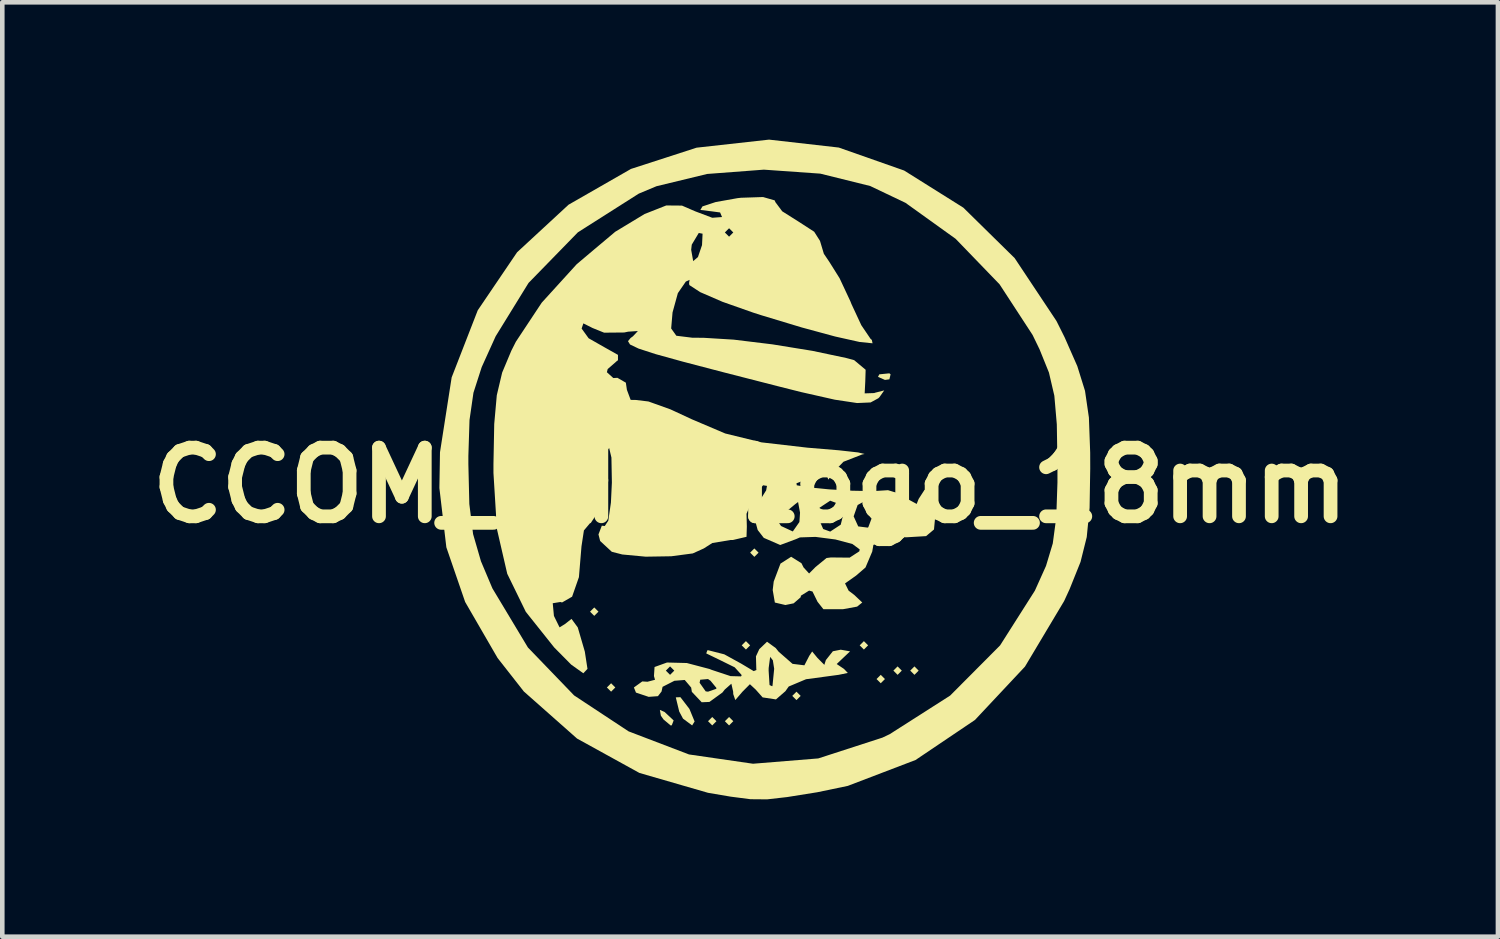
<source format=kicad_pcb>
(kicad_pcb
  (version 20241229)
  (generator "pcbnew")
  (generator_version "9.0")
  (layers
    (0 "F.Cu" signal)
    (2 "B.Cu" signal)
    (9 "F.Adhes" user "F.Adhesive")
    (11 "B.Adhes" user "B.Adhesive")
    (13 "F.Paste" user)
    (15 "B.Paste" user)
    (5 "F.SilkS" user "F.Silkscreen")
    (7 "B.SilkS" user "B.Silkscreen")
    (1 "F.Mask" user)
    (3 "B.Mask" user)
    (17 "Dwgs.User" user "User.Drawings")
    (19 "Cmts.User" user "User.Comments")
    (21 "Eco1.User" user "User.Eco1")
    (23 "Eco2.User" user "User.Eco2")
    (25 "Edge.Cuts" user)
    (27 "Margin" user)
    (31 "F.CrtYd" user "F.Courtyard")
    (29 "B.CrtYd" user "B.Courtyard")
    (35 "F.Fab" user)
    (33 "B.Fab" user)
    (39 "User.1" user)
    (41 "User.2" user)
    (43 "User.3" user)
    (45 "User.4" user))
  (footprint "CCOM_JHC_Logo_18mm"
    (layer "F.Cu")
    (at 13.336 7.55)
    (property "Reference" "CCOM_JHC_Logo_18mm" (at 0 0 0) (layer "F.SilkS") (effects (font (size 1.5 1.5) (thickness 0.3))))
    (attr board_only exclude_from_pos_files exclude_from_bom)
    (fp_poly (pts (xy -3.313 2.761) (xy -3.405 2.853) (xy -3.497 2.761) (xy -3.405 2.669)) (stroke (width 0) (type solid)) (fill yes) (layer "F.SilkS"))
    (fp_poly (pts (xy -2.945 4.417) (xy -3.037 4.509) (xy -3.129 4.417) (xy -3.037 4.325)) (stroke (width 0) (type solid)) (fill yes) (layer "F.SilkS"))
    (fp_poly (pts (xy -0.736 5.154) (xy -0.828 5.246) (xy -0.92 5.154) (xy -0.828 5.062)) (stroke (width 0) (type solid)) (fill yes) (layer "F.SilkS"))
    (fp_poly (pts (xy -0.368 5.154) (xy -0.46 5.246) (xy -0.552 5.154) (xy -0.46 5.062)) (stroke (width 0) (type solid)) (fill yes) (layer "F.SilkS"))
    (fp_poly (pts (xy -0.000001 3.497) (xy -0.092 3.589) (xy -0.184 3.497) (xy -0.092 3.405)) (stroke (width 0) (type solid)) (fill yes) (layer "F.SilkS"))
    (fp_poly (pts (xy 0.184 1.472) (xy 0.092 1.564) (xy -0.000001 1.472) (xy 0.092 1.38)) (stroke (width 0) (type solid)) (fill yes) (layer "F.SilkS"))
    (fp_poly (pts (xy 1.104 4.601) (xy 1.012 4.693) (xy 0.92 4.601) (xy 1.012 4.509)) (stroke (width 0) (type solid)) (fill yes) (layer "F.SilkS"))
    (fp_poly (pts (xy 2.577 3.497) (xy 2.485 3.589) (xy 2.393 3.497) (xy 2.485 3.405)) (stroke (width 0) (type solid)) (fill yes) (layer "F.SilkS"))
    (fp_poly (pts (xy 2.945 4.233) (xy 2.853 4.325) (xy 2.761 4.233) (xy 2.853 4.141)) (stroke (width 0) (type solid)) (fill yes) (layer "F.SilkS"))
    (fp_poly (pts (xy 3.313 4.049) (xy 3.221 4.141) (xy 3.129 4.049) (xy 3.221 3.957)) (stroke (width 0) (type solid)) (fill yes) (layer "F.SilkS"))
    (fp_poly (pts (xy 3.681 4.049) (xy 3.589 4.141) (xy 3.497 4.049) (xy 3.589 3.957)) (stroke (width 0) (type solid)) (fill yes) (layer "F.SilkS"))
    (fp_poly (pts (xy 3.068 -2.423) (xy 3.042 -2.314) (xy 2.945 -2.301) (xy 2.793 -2.368) (xy 2.822 -2.423) (xy 3.041 -2.445)) (stroke (width 0) (type solid)) (fill yes) (layer "F.SilkS"))
    (fp_poly (pts (xy -1.869 4.952) (xy -1.671 5.137) (xy -1.712 5.244) (xy -1.738 5.246) (xy -1.893 5.115) (xy -1.95 5.033) (xy -1.972 4.907)) (stroke (width 0) (type solid)) (fill yes) (layer "F.SilkS"))
    (fp_poly (pts (xy -1.326 4.886) (xy -1.213 5.16) (xy -1.267 5.246) (xy -1.466 5.098) (xy -1.549 4.943) (xy -1.624 4.633) (xy -1.523 4.629)) (stroke (width 0) (type solid)) (fill yes) (layer "F.SilkS"))
    (fp_poly (pts (xy 1.936 -7.377) (xy 3.364 -6.875) (xy 4.657 -6.064) (xy 5.778 -4.962) (xy 6.691 -3.589) (xy 6.869 -3.233) (xy 7.147 -2.601) (xy 7.315 -2.062) (xy 7.4 -1.479) (xy 7.428 -0.714) (xy 7.429 -0.368) (xy 7.415 0.496) (xy 7.353 1.131) (xy 7.217 1.675) (xy 6.979 2.268) (xy 6.859 2.529) (xy 6.003 3.962) (xy 4.912 5.126) (xy 3.614 6.001) (xy 2.133 6.567) (xy 1.466 6.706) (xy 0.809 6.811) (xy 0.371 6.861) (xy 0.007 6.858) (xy -0.425 6.802) (xy -0.92 6.718) (xy -2.419 6.284) (xy -3.781 5.533) (xy -4.943 4.505) (xy -5.517 3.773) (xy -6.225 2.55) (xy -6.636 1.355) (xy -6.788 0.06) (xy -6.779 -0.46) (xy -6.155 -0.46) (xy -6.134 0.41) (xy -6.052 1.066) (xy -5.88 1.66) (xy -5.63 2.252) (xy -4.854 3.544) (xy -3.845 4.591) (xy -2.655 5.376) (xy -1.336 5.88) (xy 0.063 6.083) (xy 1.488 5.967) (xy 2.889 5.513) (xy 3.049 5.437) (xy 4.368 4.595) (xy 5.46 3.498) (xy 6.22 2.302) (xy 6.463 1.762) (xy 6.611 1.27) (xy 6.687 0.703) (xy 6.713 -0.059) (xy 6.713 -0.46) (xy 6.699 -1.33) (xy 6.645 -1.956) (xy 6.527 -2.462) (xy 6.322 -2.969) (xy 6.17 -3.283) (xy 5.448 -4.39) (xy 4.489 -5.383) (xy 3.394 -6.169) (xy 2.622 -6.537) (xy 1.533 -6.807) (xy 0.3 -6.894) (xy -0.939 -6.8) (xy -2.046 -6.532) (xy -2.433 -6.37) (xy -3.763 -5.525) (xy -4.841 -4.419) (xy -5.559 -3.254) (xy -5.864 -2.58) (xy -6.044 -2.021) (xy -6.13 -1.425) (xy -6.155 -0.641) (xy -6.155 -0.46) (xy -6.779 -0.46) (xy -6.775 -0.72) (xy -6.52 -2.356) (xy -5.95 -3.822) (xy -5.091 -5.089) (xy -3.967 -6.128) (xy -2.603 -6.91) (xy -1.17 -7.374) (xy 0.413 -7.55)) (stroke (width 0) (type solid)) (fill yes) (layer "F.SilkS"))
    (fp_poly (pts (xy 0.56 3.557) (xy 0.622 3.635) (xy 0.926 3.901) (xy 1.185 3.933) (xy 1.291 3.727) (xy 1.355 3.631) (xy 1.472 3.773) (xy 1.621 3.923) (xy 1.654 3.819) (xy 1.807 3.626) (xy 1.979 3.592) (xy 2.183 3.628) (xy 2.05 3.754) (xy 1.891 3.905) (xy 2.05 4.012) (xy 2.134 4.1) (xy 1.933 4.141) (xy 1.221 4.237) (xy 0.843 4.396) (xy 0.77 4.499) (xy 0.564 4.678) (xy 0.273 4.634) (xy 0.121 4.463) (xy -0.005 4.346) (xy -0.167 4.509) (xy -0.324 4.692) (xy -0.369 4.562) (xy -0.371 4.509) (xy -0.41 4.335) (xy -0.556 4.464) (xy -0.604 4.526) (xy -0.889 4.733) (xy -1.058 4.74) (xy -1.273 4.513) (xy -1.288 4.419) (xy -1.377 4.314) (xy -1.104 4.314) (xy -0.971 4.502) (xy -0.92 4.509) (xy -0.741 4.447) (xy -0.736 4.428) (xy -0.865 4.271) (xy -0.92 4.233) (xy -1.09 4.248) (xy -1.104 4.314) (xy -1.377 4.314) (xy -1.429 4.253) (xy -1.654 4.271) (xy -1.913 4.403) (xy -1.935 4.505) (xy -2.014 4.607) (xy -2.216 4.622) (xy -2.494 4.529) (xy -2.539 4.417) (xy -2.356 4.285) (xy -2.242 4.292) (xy -2.078 4.249) (xy -2.101 4.167) (xy -2.093 4.049) (xy -1.841 4.049) (xy -1.749 4.141) (xy -1.657 4.049) (xy -1.749 3.957) (xy -1.841 4.049) (xy -2.093 4.049) (xy -2.088 3.97) (xy -1.816 3.872) (xy -1.383 3.883) (xy -0.886 4.014) (xy -0.842 4.032) (xy -0.428 4.169) (xy -0.199 4.175) (xy -0.184 4.147) (xy -0.337 3.977) (xy -0.69 3.803) (xy -0.959 3.673) (xy -0.934 3.605) (xy -0.915 3.604) (xy -0.565 3.693) (xy -0.194 3.897) (xy 0.078 4.06) (xy 0.104 4.049) (xy 0.404 4.049) (xy 0.424 4.364) (xy 0.482 4.391) (xy 0.489 4.375) (xy 0.525 4.009) (xy 0.496 3.823) (xy 0.437 3.748) (xy 0.405 3.992) (xy 0.404 4.049) (xy 0.104 4.049) (xy 0.14 4.035) (xy 0.135 4.026) (xy 0.127 3.737) (xy 0.2 3.58) (xy 0.369 3.418)) (stroke (width 0) (type solid)) (fill yes) (layer "F.SilkS"))
    (fp_poly (pts (xy 0.536 -6.223) (xy 0.552 -6.184) (xy 0.701 -5.984) (xy 1.053 -5.762) (xy 1.399 -5.538) (xy 1.526 -5.338) (xy 1.61 -5.057) (xy 1.731 -4.878) (xy 1.954 -4.522) (xy 2.189 -4.02) (xy 2.214 -3.957) (xy 2.428 -3.497) (xy 2.63 -3.199) (xy 2.658 -3.175) (xy 2.674 -3.101) (xy 2.39 -3.13) (xy 1.858 -3.249) (xy 1.128 -3.447) (xy 0.251 -3.712) (xy 0.064 -3.772) (xy -0.603 -4.007) (xy -1.09 -4.218) (xy -1.328 -4.373) (xy -1.334 -4.417) (xy -1.323 -4.487) (xy -1.405 -4.449) (xy -1.579 -4.196) (xy -1.695 -3.775) (xy -1.725 -3.425) (xy -1.612 -3.266) (xy -1.265 -3.223) (xy -1.014 -3.221) (xy -0.36 -3.181) (xy 0.486 -3.078) (xy 1.361 -2.936) (xy 2.099 -2.78) (xy 2.272 -2.733) (xy 2.523 -2.523) (xy 2.515 -2.268) (xy 2.502 -2.007) (xy 2.711 -2.014) (xy 2.728 -2.021) (xy 2.929 -2.072) (xy 2.825 -1.925) (xy 2.801 -1.901) (xy 2.632 -1.809) (xy 2.336 -1.796) (xy 1.851 -1.869) (xy 1.112 -2.036) (xy 0.592 -2.167) (xy -0.594 -2.471) (xy -1.466 -2.699) (xy -2.066 -2.865) (xy -2.438 -2.986) (xy -2.624 -3.075) (xy -2.668 -3.147) (xy -2.611 -3.217) (xy -2.56 -3.254) (xy -2.452 -3.369) (xy -2.665 -3.355) (xy -2.751 -3.337) (xy -3.19 -3.333) (xy -3.442 -3.435) (xy -3.643 -3.536) (xy -3.681 -3.423) (xy -3.528 -3.211) (xy -3.175 -3.01) (xy -2.887 -2.848) (xy -2.887 -2.728) (xy -2.899 -2.724) (xy -3.112 -2.538) (xy -3.129 -2.469) (xy -2.989 -2.342) (xy -2.899 -2.347) (xy -2.715 -2.241) (xy -2.692 -2.085) (xy -2.61 -1.865) (xy -2.493 -1.863) (xy -2.221 -1.83) (xy -1.741 -1.658) (xy -1.273 -1.441) (xy -0.544 -1.131) (xy 0.248 -0.937) (xy 1.252 -0.821) (xy 1.288 -0.818) (xy 1.936 -0.764) (xy 2.358 -0.717) (xy 2.499 -0.683) (xy 2.448 -0.673) (xy 2.038 -0.513) (xy 1.855 -0.322) (xy 1.708 -0.123) (xy 1.66 -0.251) (xy 1.659 -0.276) (xy 1.603 -0.433) (xy 1.516 -0.343) (xy 1.237 -0.128) (xy 1.012 -0.043) (xy 1.019 0.001) (xy 1.292 0.048) (xy 1.729 0.09) (xy 2.228 0.119) (xy 2.687 0.128) (xy 3.004 0.108) (xy 3.01 0.107) (xy 3.271 0.187) (xy 3.424 0.292) (xy 3.638 0.408) (xy 3.681 0.299) (xy 3.808 0.102) (xy 3.865 0.092) (xy 3.997 0.251) (xy 4.049 0.62) (xy 4.016 0.966) (xy 3.843 1.111) (xy 3.424 1.136) (xy 3.359 1.135) (xy 2.889 1.165) (xy 2.692 1.305) (xy 2.667 1.449) (xy 2.52 1.796) (xy 2.315 1.973) (xy 2.073 2.144) (xy 2.151 2.302) (xy 2.276 2.397) (xy 2.449 2.561) (xy 2.337 2.651) (xy 2.03 2.707) (xy 1.6 2.707) (xy 1.472 2.545) (xy 1.362 2.321) (xy 1.288 2.301) (xy 1.109 2.412) (xy 1.104 2.446) (xy 0.951 2.579) (xy 0.77 2.616) (xy 0.54 2.562) (xy 0.493 2.289) (xy 0.515 2.103) (xy 0.663 1.711) (xy 0.896 1.562) (xy 1.121 1.703) (xy 1.167 1.795) (xy 1.288 1.927) (xy 1.429 1.785) (xy 1.669 1.589) (xy 1.765 1.577) (xy 2.173 1.581) (xy 2.385 1.443) (xy 2.393 1.401) (xy 2.234 1.283) (xy 1.862 1.184) (xy 1.428 1.128) (xy 1.088 1.139) (xy 1.001 1.177) (xy 0.657 1.305) (xy 0.298 1.149) (xy 0.165 0.977) (xy 0.061 0.598) (xy 0.086 0.552) (xy 0.572 0.552) (xy 0.578 0.744) (xy 0.675 0.89) (xy 0.932 1.009) (xy 1.076 0.803) (xy 1.085 0.675) (xy 1.472 0.675) (xy 1.596 0.956) (xy 1.749 1.012) (xy 1.979 0.861) (xy 2.024 0.679) (xy 2.261 0.679) (xy 2.361 0.899) (xy 2.568 0.925) (xy 2.581 0.917) (xy 2.668 0.685) (xy 2.636 0.534) (xy 2.47 0.364) (xy 2.348 0.432) (xy 2.261 0.679) (xy 2.024 0.679) (xy 2.025 0.675) (xy 1.901 0.394) (xy 1.749 0.337) (xy 1.518 0.489) (xy 1.472 0.675) (xy 1.085 0.675) (xy 1.09 0.598) (xy 1.047 0.366) (xy 0.982 0.415) (xy 0.801 0.565) (xy 0.721 0.542) (xy 0.572 0.552) (xy 0.086 0.552) (xy 0.167 0.404) (xy 0.35 0.111) (xy 0.368 0.014) (xy 0.283 0.000354) (xy 0.092 0.22) (xy -0.079 0.623) (xy -0.072 0.905) (xy -0.079 1.126) (xy -0.378 1.196) (xy -0.43 1.196) (xy -0.827 1.262) (xy -1.012 1.38) (xy -1.253 1.489) (xy -1.722 1.551) (xy -2.281 1.56) (xy -2.793 1.512) (xy -3.022 1.453) (xy -3.276 1.218) (xy -3.313 1.074) (xy -3.24 0.883) (xy -3.175 0.89) (xy -3.098 0.772) (xy -3.041 0.378) (xy -3.02 -0.059) (xy -3.03 -0.605) (xy -3.08 -0.814) (xy -3.146 -0.73) (xy -3.252 -0.285) (xy -3.3 0.23) (xy -3.358 0.637) (xy -3.483 0.827) (xy -3.497 0.828) (xy -3.631 0.987) (xy -3.684 1.334) (xy -3.74 2.007) (xy -3.889 2.434) (xy -4.108 2.56) (xy -4.146 2.55) (xy -4.312 2.577) (xy -4.286 2.854) (xy -4.163 3.104) (xy -4.047 3.033) (xy -3.902 2.919) (xy -3.765 3.106) (xy -3.613 3.627) (xy -3.611 3.635) (xy -3.553 4.011) (xy -3.644 4.107) (xy -3.91 3.917) (xy -4.28 3.543) (xy -4.9 2.765) (xy -5.306 1.933) (xy -5.532 0.953) (xy -5.607 -0.269) (xy -5.607 -0.46) (xy -5.59 -1.339) (xy -5.534 -1.967) (xy -5.417 -2.461) (xy -5.217 -2.938) (xy -5.117 -3.136) (xy -4.552 -3.989) (xy -3.789 -4.828) (xy -3.416 -5.143) (xy -1.288 -5.143) (xy -1.244 -4.896) (xy -1.14 -4.985) (xy -1.051 -5.246) (xy -1.039 -5.495) (xy -1.122 -5.511) (xy -1.275 -5.256) (xy -1.288 -5.143) (xy -3.416 -5.143) (xy -2.965 -5.522) (xy -0.552 -5.522) (xy -0.46 -5.43) (xy -0.368 -5.522) (xy -0.46 -5.614) (xy -0.552 -5.522) (xy -2.965 -5.522) (xy -2.949 -5.536) (xy -2.306 -5.925) (xy -1.832 -6.112) (xy -1.489 -6.109) (xy -1.2 -5.984) (xy -0.827 -5.843) (xy -0.614 -5.859) (xy -0.656 -5.959) (xy -0.828 -5.982) (xy -1.087 -6.014) (xy -1.042 -6.091) (xy -0.754 -6.186) (xy -0.279 -6.271) (xy -0.201 -6.28) (xy 0.282 -6.296)) (stroke (width 0) (type solid)) (fill yes) (layer "F.SilkS")))
  (gr_rect
    (start -3 -3)
    (end 29.671 17.411)
    (stroke (width 0.1) (type default))
    (fill no)
    (layer "Edge.Cuts")))
</source>
